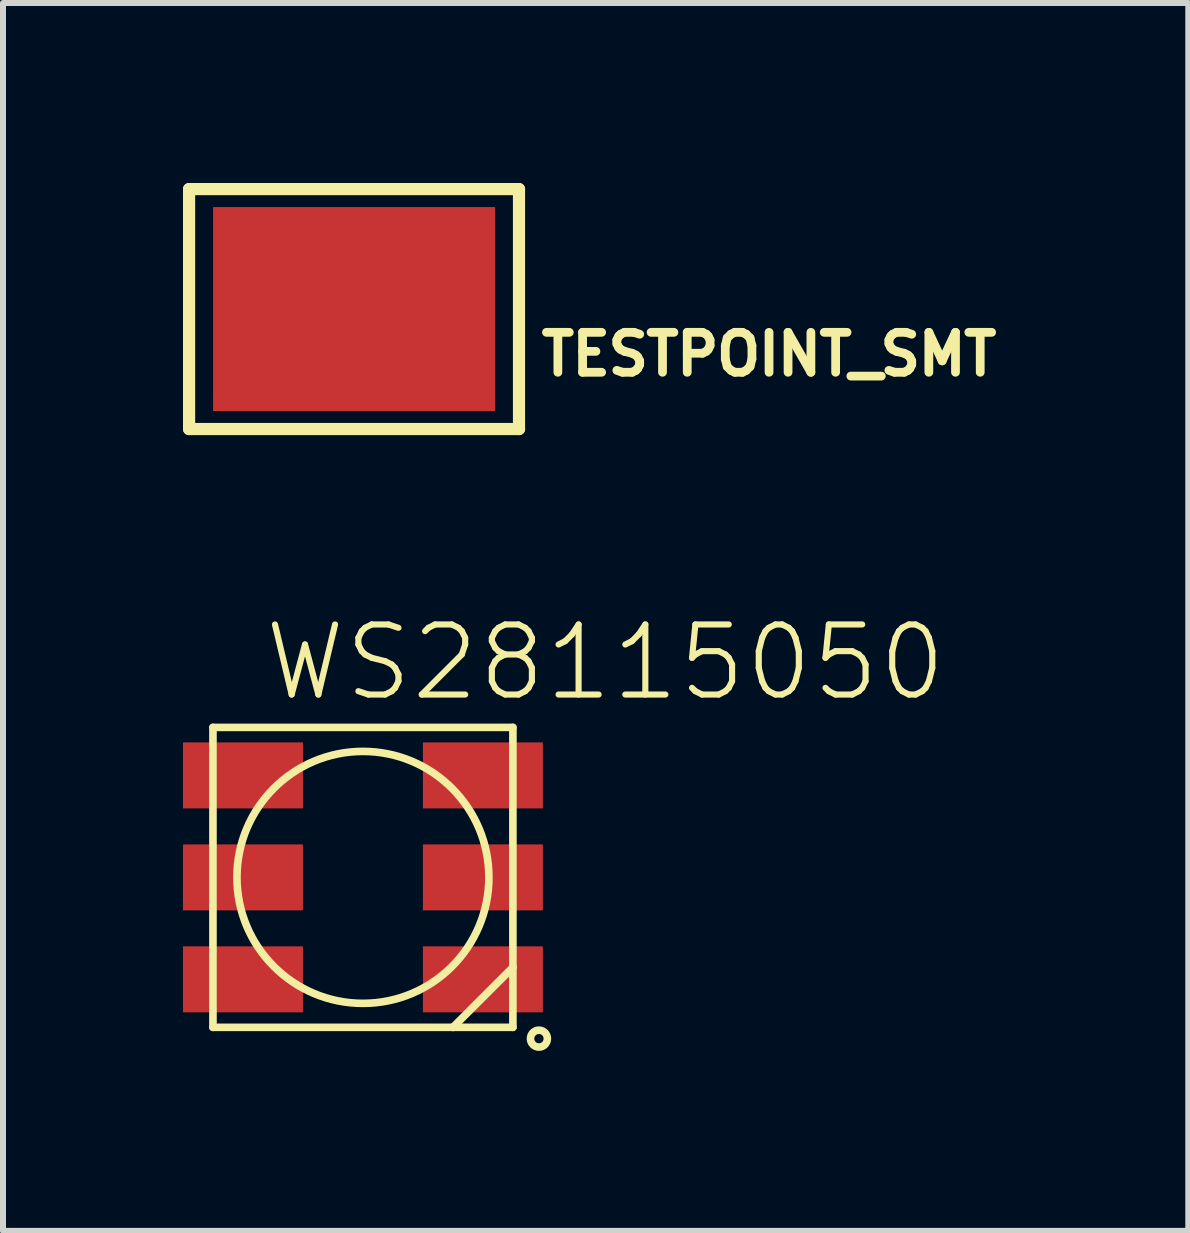
<source format=kicad_pcb>
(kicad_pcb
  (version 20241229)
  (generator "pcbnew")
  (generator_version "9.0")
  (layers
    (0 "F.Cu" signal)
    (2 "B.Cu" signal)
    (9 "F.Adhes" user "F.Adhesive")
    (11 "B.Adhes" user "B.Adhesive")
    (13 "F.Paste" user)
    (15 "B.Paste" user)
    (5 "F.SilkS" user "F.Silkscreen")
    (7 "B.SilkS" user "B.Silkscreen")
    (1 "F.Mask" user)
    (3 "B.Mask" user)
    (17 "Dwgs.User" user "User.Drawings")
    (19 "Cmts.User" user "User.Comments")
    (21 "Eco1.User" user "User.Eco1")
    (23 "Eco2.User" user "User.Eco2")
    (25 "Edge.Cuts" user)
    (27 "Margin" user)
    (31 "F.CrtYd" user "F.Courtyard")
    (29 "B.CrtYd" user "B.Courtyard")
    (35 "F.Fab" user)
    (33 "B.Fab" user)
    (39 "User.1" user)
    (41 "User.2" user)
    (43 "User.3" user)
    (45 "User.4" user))
  (footprint "WS28115050"
    (layer "F.Cu")
    (at 3 11.576)
    (property "Reference" "WS28115050" (at -1.7 -2.9 0) (layer "F.SilkS") (effects (font (size 1.168 1.168) (thickness 0.102)) (justify left bottom)))
    (fp_line (start -2.5 -2.5) (end 2.5 -2.5) (stroke (width 0.127) (type solid)) (layer "F.SilkS"))
    (fp_line (start -2.5 2.5) (end -2.5 -2.5) (stroke (width 0.127) (type solid)) (layer "F.SilkS"))
    (fp_line (start 1.5 2.5) (end -2.5 2.5) (stroke (width 0.127) (type solid)) (layer "F.SilkS"))
    (fp_line (start 1.5 2.5) (end 2.5 1.5) (stroke (width 0.127) (type solid)) (layer "F.SilkS"))
    (fp_line (start 2.5 -2.5) (end 2.5 1.5) (stroke (width 0.127) (type solid)) (layer "F.SilkS"))
    (fp_line (start 2.5 1.5) (end 2.5 2.5) (stroke (width 0.127) (type solid)) (layer "F.SilkS"))
    (fp_line (start 2.5 2.5) (end 1.5 2.5) (stroke (width 0.127) (type solid)) (layer "F.SilkS"))
    (fp_circle (center 0 0) (end 2.1 0) (stroke (width 0.127) (type solid)) (fill no) (layer "F.SilkS"))
    (fp_circle (center 2.934 2.688) (end 3.075 2.688) (stroke (width 0.127) (type solid)) (fill no) (layer "F.SilkS"))
    (pad "DI" smd rect (at 2 0) (size 2 1.1) (layers "F.Cu" "F.Mask" "F.Paste"))
    (pad "DO" smd rect (at 2 1.7) (size 2 1.1) (layers "F.Cu" "F.Mask" "F.Paste"))
    (pad "LEDVDD" smd rect (at -2 0) (size 2 1.1) (layers "F.Cu" "F.Mask" "F.Paste"))
    (pad "NC" smd rect (at -2 -1.7) (size 2 1.1) (layers "F.Cu" "F.Mask" "F.Paste"))
    (pad "VDD" smd rect (at 2 -1.7) (size 2 1.1) (layers "F.Cu" "F.Mask" "F.Paste"))
    (pad "VSS" smd rect (at -2 1.7) (size 2 1.1) (layers "F.Cu" "F.Mask" "F.Paste")))
  (footprint "TESTPOINT_SMT"
    (layer "F.Cu")
    (at 2.852 2.102)
    (property "Reference" "TESTPOINT_SMT" (at 3.048 1.143 0) (layer "F.SilkS") (effects (font (size 0.666 0.666) (thickness 0.146)) (justify left bottom)))
    (fp_line (start -2.75 -2) (end 2.75 -2) (stroke (width 0.203) (type solid)) (layer "F.SilkS"))
    (fp_line (start -2.75 2) (end -2.75 -2) (stroke (width 0.203) (type solid)) (layer "F.SilkS"))
    (fp_line (start 2.75 -2) (end 2.75 2) (stroke (width 0.203) (type solid)) (layer "F.SilkS"))
    (fp_line (start 2.75 2) (end -2.75 2) (stroke (width 0.203) (type solid)) (layer "F.SilkS"))
    (pad "P$1" smd rect (at 0 0) (size 4.7 3.4) (layers "F.Cu" "F.Mask" "F.Paste")))
  (gr_rect
    (start -3 -3)
    (end 16.759 17.469)
    (stroke (width 0.1) (type default))
    (fill no)
    (layer "Edge.Cuts")))
</source>
